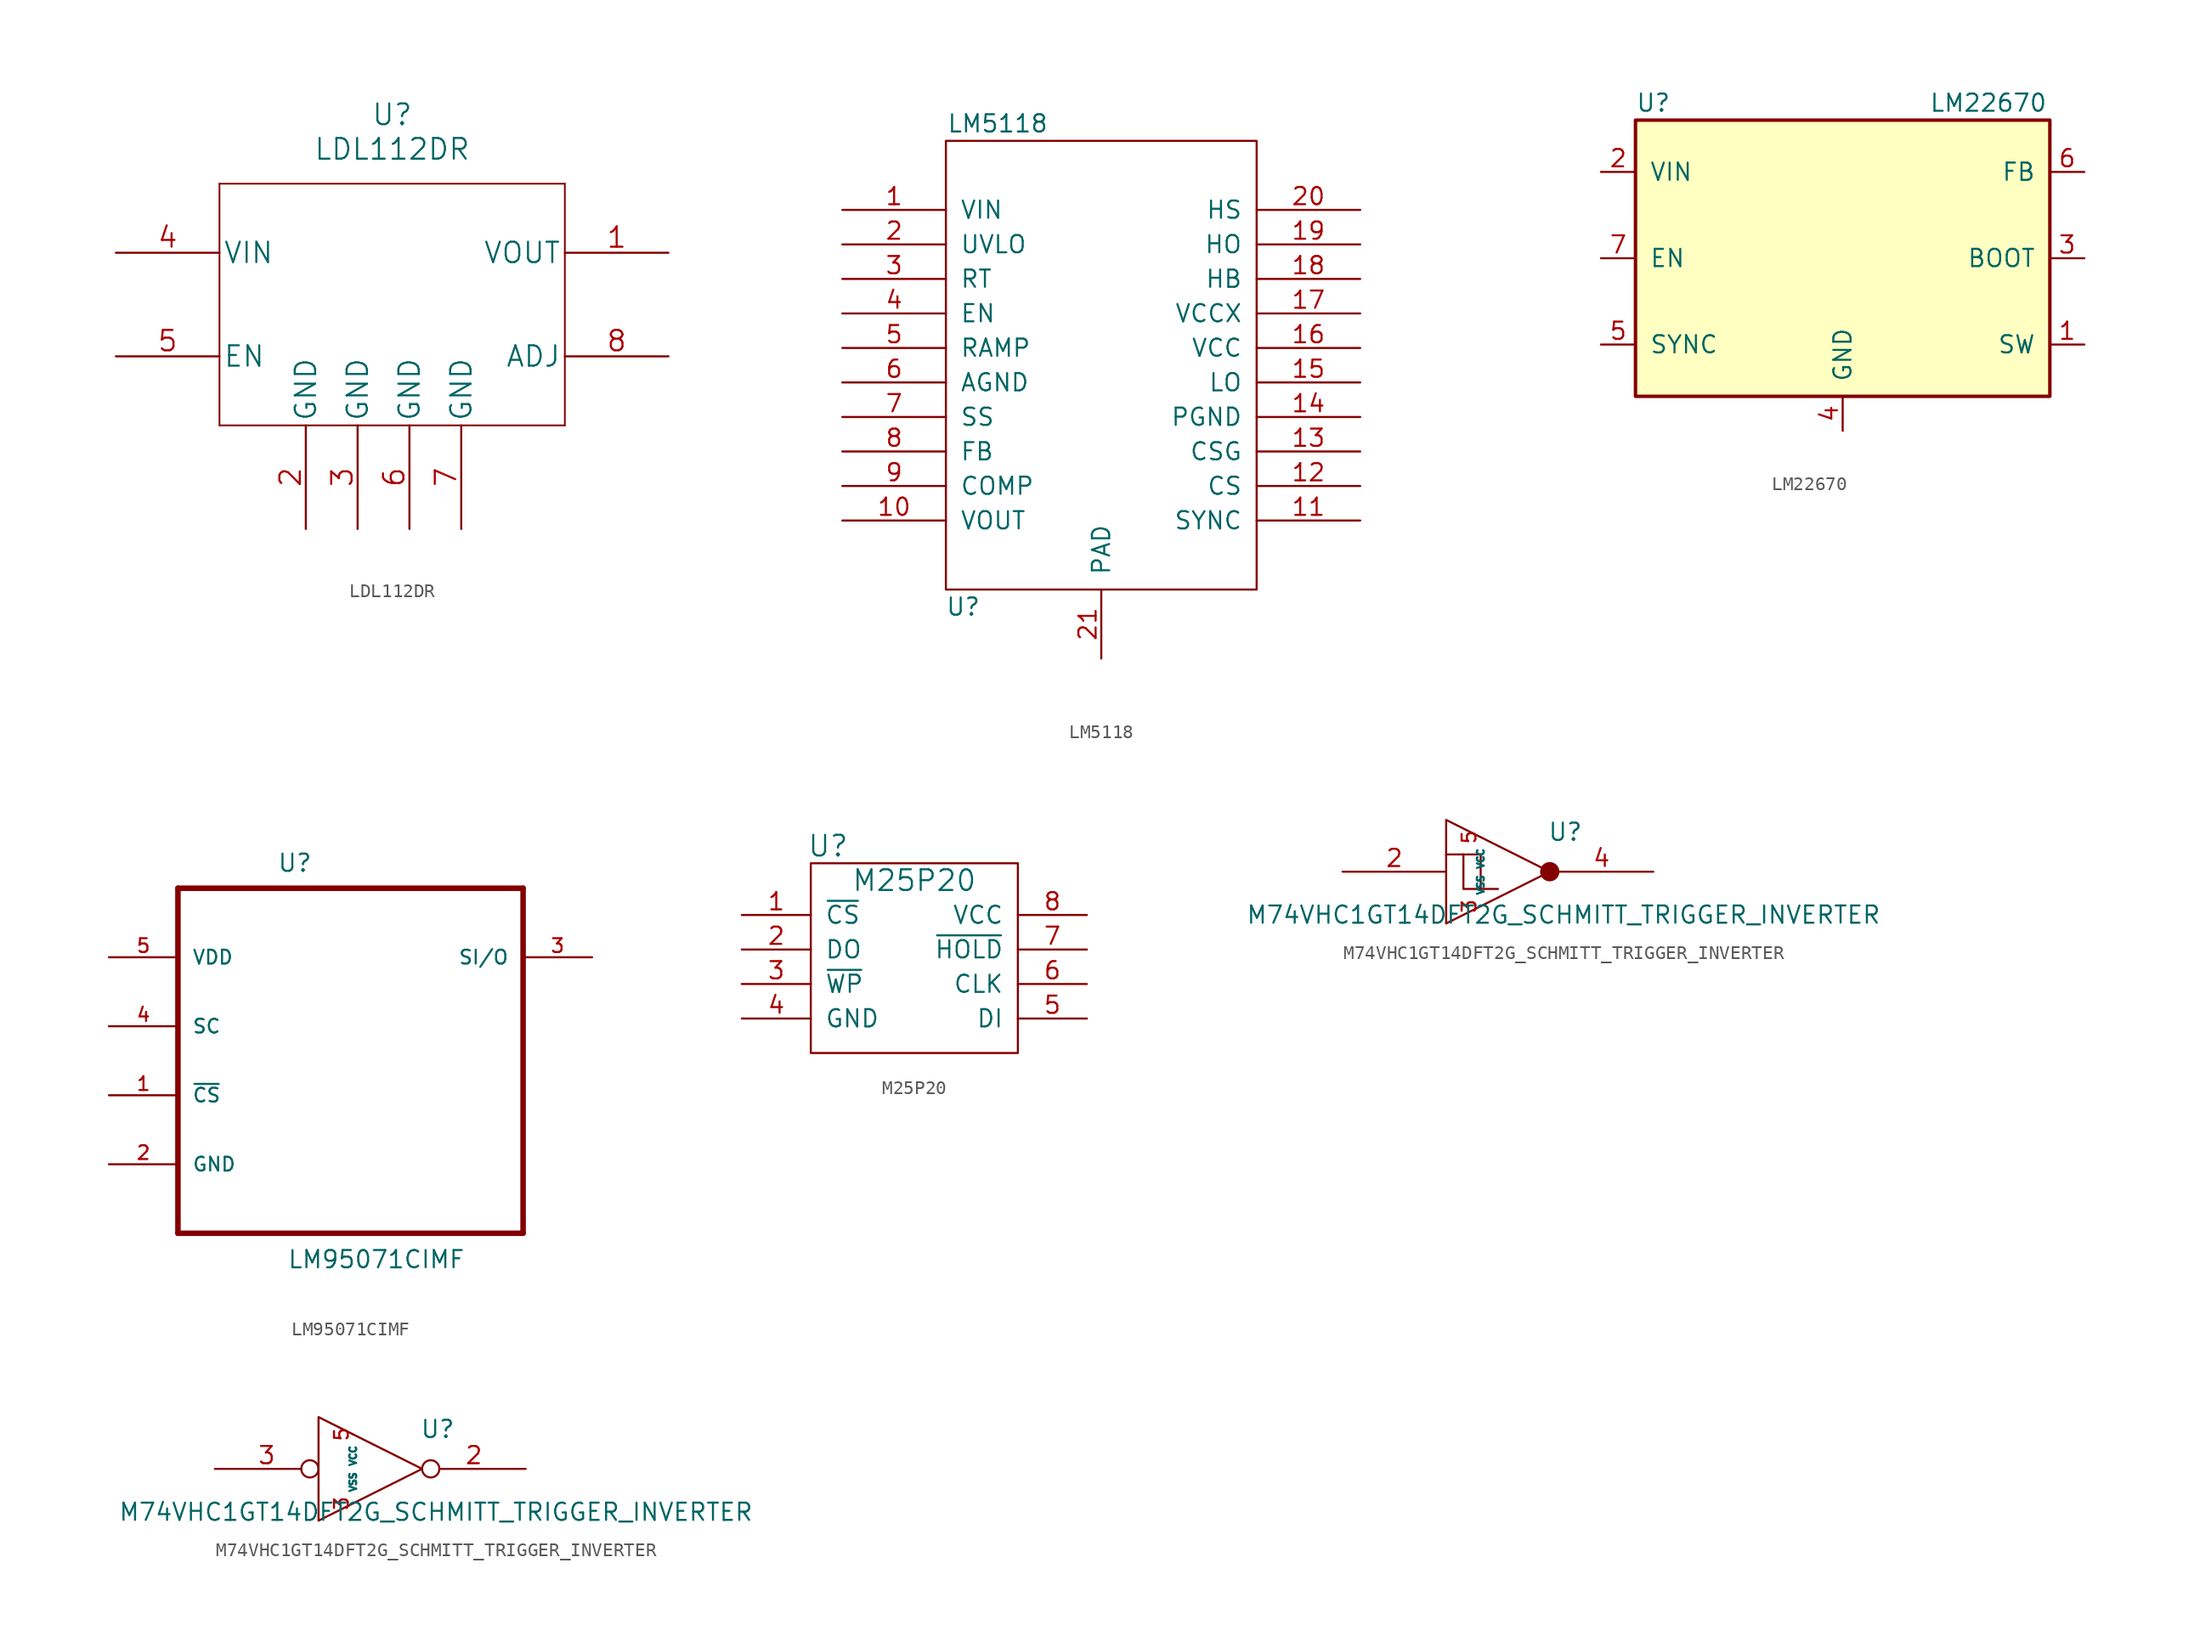
<source format=kicad_sym>
(kicad_symbol_lib
  (version 20211014)
  (generator kicad_symbol_editor)
  (symbol "LDL112DR"
    (pin_names
      (offset 0.254))
    (property "Reference" "U"
      (at 20.32 10.16 0)
      (effects (font (size 1.524 1.524))))
    (property "Value" "LDL112DR"
      (at 20.32 7.62 0)
      (effects (font (size 1.524 1.524))))
    (property "Datasheet" ""
      (at 0 0 0)
      (effects (font (size 1.524 1.524))))
    (property "ki_locked" ""
      (at 0 0 0)
      (effects (font (size 1.27 1.27))))
    (symbol "LDL112DR_1_1"
      (polyline (pts (xy 7.62 -12.7) (xy 33.02 -12.7)) (stroke (width 0.127) (type default) (color 0 0 0 0)) (fill (type none)))
      (polyline (pts (xy 7.62 5.08) (xy 7.62 -12.7)) (stroke (width 0.127) (type default) (color 0 0 0 0)) (fill (type none)))
      (polyline (pts (xy 33.02 -12.7) (xy 33.02 5.08)) (stroke (width 0.127) (type default) (color 0 0 0 0)) (fill (type none)))
      (polyline (pts (xy 33.02 5.08) (xy 7.62 5.08)) (stroke (width 0.127) (type default) (color 0 0 0 0)) (fill (type none)))
      (pin power_out line (at 40.64 0 180) (length 7.62) (name "VOUT" (effects (font (size 1.499 1.499)))) (number "1" (effects (font (size 1.499 1.499)))))
      (pin power_in line (at 13.97 -20.32 90) (length 7.62) (name "GND" (effects (font (size 1.499 1.499)))) (number "2" (effects (font (size 1.499 1.499)))))
      (pin power_in line (at 17.78 -20.32 90) (length 7.62) (name "GND" (effects (font (size 1.499 1.499)))) (number "3" (effects (font (size 1.499 1.499)))))
      (pin power_in line (at 0 0 0) (length 7.62) (name "VIN" (effects (font (size 1.499 1.499)))) (number "4" (effects (font (size 1.499 1.499)))))
      (pin power_in line (at 0 -7.62 0) (length 7.62) (name "EN" (effects (font (size 1.499 1.499)))) (number "5" (effects (font (size 1.499 1.499)))))
      (pin power_in line (at 21.59 -20.32 90) (length 7.62) (name "GND" (effects (font (size 1.499 1.499)))) (number "6" (effects (font (size 1.499 1.499)))))
      (pin power_in line (at 25.4 -20.32 90) (length 7.62) (name "GND" (effects (font (size 1.499 1.499)))) (number "7" (effects (font (size 1.499 1.499)))))
      (pin tri_state line (at 40.64 -7.62 180) (length 7.62) (name "ADJ" (effects (font (size 1.499 1.499)))) (number "8" (effects (font (size 1.499 1.499)))))))
  (symbol "LM5118"
    (pin_names
      (offset 1.016))
    (property "Reference" "U"
      (at -10.16 -17.78 0)
      (effects (font (size 1.27 1.27))))
    (property "Value" "LM5118"
      (at -7.62 17.78 0)
      (effects (font (size 1.27 1.27))))
    (symbol "LM5118_1_0"
      (rectangle (start -11.43 -16.51) (end 11.43 16.51) (stroke (width 0) (type default) (color 0 0 0 0)) (fill (type none))))
    (symbol "LM5118_1_1"
      (pin input line (at -19.05 11.43 0) (length 7.62) (name "VIN" (effects (font (size 1.27 1.27)))) (number "1" (effects (font (size 1.27 1.27)))))
      (pin output line (at -19.05 -11.43 0) (length 7.62) (name "VOUT" (effects (font (size 1.27 1.27)))) (number "10" (effects (font (size 1.27 1.27)))))
      (pin input line (at 19.05 -11.43 180) (length 7.62) (name "SYNC" (effects (font (size 1.27 1.27)))) (number "11" (effects (font (size 1.27 1.27)))))
      (pin input line (at 19.05 -8.89 180) (length 7.62) (name "CS" (effects (font (size 1.27 1.27)))) (number "12" (effects (font (size 1.27 1.27)))))
      (pin input line (at 19.05 -6.35 180) (length 7.62) (name "CSG" (effects (font (size 1.27 1.27)))) (number "13" (effects (font (size 1.27 1.27)))))
      (pin power_in line (at 19.05 -3.81 180) (length 7.62) (name "PGND" (effects (font (size 1.27 1.27)))) (number "14" (effects (font (size 1.27 1.27)))))
      (pin output line (at 19.05 -1.27 180) (length 7.62) (name "LO" (effects (font (size 1.27 1.27)))) (number "15" (effects (font (size 1.27 1.27)))))
      (pin input line (at 19.05 1.27 180) (length 7.62) (name "VCC" (effects (font (size 1.27 1.27)))) (number "16" (effects (font (size 1.27 1.27)))))
      (pin input line (at 19.05 3.81 180) (length 7.62) (name "VCCX" (effects (font (size 1.27 1.27)))) (number "17" (effects (font (size 1.27 1.27)))))
      (pin input line (at 19.05 6.35 180) (length 7.62) (name "HB" (effects (font (size 1.27 1.27)))) (number "18" (effects (font (size 1.27 1.27)))))
      (pin output line (at 19.05 8.89 180) (length 7.62) (name "HO" (effects (font (size 1.27 1.27)))) (number "19" (effects (font (size 1.27 1.27)))))
      (pin input line (at -19.05 8.89 0) (length 7.62) (name "UVLO" (effects (font (size 1.27 1.27)))) (number "2" (effects (font (size 1.27 1.27)))))
      (pin output line (at 19.05 11.43 180) (length 7.62) (name "HS" (effects (font (size 1.27 1.27)))) (number "20" (effects (font (size 1.27 1.27)))))
      (pin input line (at 0 -21.59 90) (length 5.08) (name "PAD" (effects (font (size 1.27 1.27)))) (number "21" (effects (font (size 1.27 1.27)))))
      (pin input line (at -19.05 6.35 0) (length 7.62) (name "RT" (effects (font (size 1.27 1.27)))) (number "3" (effects (font (size 1.27 1.27)))))
      (pin input line (at -19.05 3.81 0) (length 7.62) (name "EN" (effects (font (size 1.27 1.27)))) (number "4" (effects (font (size 1.27 1.27)))))
      (pin input line (at -19.05 1.27 0) (length 7.62) (name "RAMP" (effects (font (size 1.27 1.27)))) (number "5" (effects (font (size 1.27 1.27)))))
      (pin input line (at -19.05 -1.27 0) (length 7.62) (name "AGND" (effects (font (size 1.27 1.27)))) (number "6" (effects (font (size 1.27 1.27)))))
      (pin input line (at -19.05 -3.81 0) (length 7.62) (name "SS" (effects (font (size 1.27 1.27)))) (number "7" (effects (font (size 1.27 1.27)))))
      (pin input line (at -19.05 -6.35 0) (length 7.62) (name "FB" (effects (font (size 1.27 1.27)))) (number "8" (effects (font (size 1.27 1.27)))))
      (pin input line (at -19.05 -8.89 0) (length 7.62) (name "COMP" (effects (font (size 1.27 1.27)))) (number "9" (effects (font (size 1.27 1.27)))))))
  (symbol "LM22670"
    (pin_names
      (offset 1.016))
    (property "Reference" "U"
      (at -15.24 11.43 0)
      (effects (font (size 1.27 1.27)) (justify left)))
    (property "Value" "LM22670"
      (at 6.35 11.43 0)
      (effects (font (size 1.27 1.27)) (justify left)))
    (property "Footprint" ""
      (at -1.27 -1.27 0)
      (effects (font (size 1.27 1.27))))
    (property "Datasheet" ""
      (at -22.86 10.16 0)
      (effects (font (size 1.27 1.27))))
    (symbol "LM22670_0_1"
      (rectangle (start 15.24 10.16) (end -15.24 -10.16) (stroke (width 0.254) (type default) (color 0 0 0 0)) (fill (type background))))
    (symbol "LM22670_1_1"
      (pin input line (at 17.78 -6.35 180) (length 2.54) (name "SW" (effects (font (size 1.27 1.27)))) (number "1" (effects (font (size 1.27 1.27)))))
      (pin input line (at -17.78 6.35 0) (length 2.54) (name "VIN" (effects (font (size 1.27 1.27)))) (number "2" (effects (font (size 1.27 1.27)))))
      (pin output line (at 17.78 0 180) (length 2.54) (name "BOOT" (effects (font (size 1.27 1.27)))) (number "3" (effects (font (size 1.27 1.27)))))
      (pin power_in line (at 0 -12.7 90) (length 2.54) (name "GND" (effects (font (size 1.27 1.27)))) (number "4" (effects (font (size 1.27 1.27)))))
      (pin input line (at -17.78 -6.35 0) (length 2.54) (name "SYNC" (effects (font (size 1.27 1.27)))) (number "5" (effects (font (size 1.27 1.27)))))
      (pin input line (at 17.78 6.35 180) (length 2.54) (name "FB" (effects (font (size 1.27 1.27)))) (number "6" (effects (font (size 1.27 1.27)))))
      (pin input line (at -17.78 0 0) (length 2.54) (name "EN" (effects (font (size 1.27 1.27)))) (number "7" (effects (font (size 1.27 1.27)))))))
  (symbol "LM95071CIMF"
    (pin_names
      (offset 1.016))
    (property "Reference" "U"
      (at -5.41 11.278 0)
      (effects (font (size 1.27 1.27)) (justify left bottom)))
    (property "Value" "LM95071CIMF"
      (at -4.674 -17.907 0)
      (effects (font (size 1.27 1.27)) (justify left bottom)))
    (symbol "LM95071CIMF_0_0"
      (polyline (pts (xy -12.7 -15.24) (xy 12.7 -15.24)) (stroke (width 0.406) (type default) (color 0 0 0 0)) (fill (type none)))
      (polyline (pts (xy -12.7 10.16) (xy -12.7 -15.24)) (stroke (width 0.406) (type default) (color 0 0 0 0)) (fill (type none)))
      (polyline (pts (xy 12.7 -15.24) (xy 12.7 10.16)) (stroke (width 0.406) (type default) (color 0 0 0 0)) (fill (type none)))
      (polyline (pts (xy 12.7 10.16) (xy -12.7 10.16)) (stroke (width 0.406) (type default) (color 0 0 0 0)) (fill (type none)))
      (pin input line (at -17.78 -5.08 0) (length 5.08) (name "~{CS}" (effects (font (size 1.016 1.016)))) (number "1" (effects (font (size 1.016 1.016)))))
      (pin passive line (at -17.78 -10.16 0) (length 5.08) (name "GND" (effects (font (size 1.016 1.016)))) (number "2" (effects (font (size 1.016 1.016)))))
      (pin bidirectional line (at 17.78 5.08 180) (length 5.08) (name "SI/O" (effects (font (size 1.016 1.016)))) (number "3" (effects (font (size 1.016 1.016)))))
      (pin input line (at -17.78 0 0) (length 5.08) (name "SC" (effects (font (size 1.016 1.016)))) (number "4" (effects (font (size 1.016 1.016)))))
      (pin input line (at -17.78 5.08 0) (length 5.08) (name "VDD" (effects (font (size 1.016 1.016)))) (number "5" (effects (font (size 1.016 1.016)))))))
  (symbol "M25P20"
    (pin_names
      (offset 1.016))
    (property "Reference" "U"
      (at -6.35 1.27 0)
      (effects (font (size 1.524 1.524))))
    (property "Value" "M25P20"
      (at 0 -1.27 0)
      (effects (font (size 1.524 1.524))))
    (symbol "M25P20_0_1"
      (rectangle (start -7.62 0) (end 7.62 -13.97) (stroke (width 0) (type default) (color 0 0 0 0)) (fill (type none))))
    (symbol "M25P20_1_1"
      (pin input line (at -12.7 -3.81 0) (length 5.08) (name "~{CS}" (effects (font (size 1.27 1.27)))) (number "1" (effects (font (size 1.27 1.27)))))
      (pin input line (at -12.7 -6.35 0) (length 5.08) (name "DO" (effects (font (size 1.27 1.27)))) (number "2" (effects (font (size 1.27 1.27)))))
      (pin input line (at -12.7 -8.89 0) (length 5.08) (name "~{WP}" (effects (font (size 1.27 1.27)))) (number "3" (effects (font (size 1.27 1.27)))))
      (pin input line (at -12.7 -11.43 0) (length 5.08) (name "GND" (effects (font (size 1.27 1.27)))) (number "4" (effects (font (size 1.27 1.27)))))
      (pin input line (at 12.7 -11.43 180) (length 5.08) (name "DI" (effects (font (size 1.27 1.27)))) (number "5" (effects (font (size 1.27 1.27)))))
      (pin input line (at 12.7 -8.89 180) (length 5.08) (name "CLK" (effects (font (size 1.27 1.27)))) (number "6" (effects (font (size 1.27 1.27)))))
      (pin input line (at 12.7 -6.35 180) (length 5.08) (name "~{HOLD}" (effects (font (size 1.27 1.27)))) (number "7" (effects (font (size 1.27 1.27)))))
      (pin input line (at 12.7 -3.81 180) (length 5.08) (name "VCC" (effects (font (size 1.27 1.27)))) (number "8" (effects (font (size 1.27 1.27)))))))
  (symbol "M74VHC1GT14DFT2G_SCHMITT_TRIGGER_INVERTER"
    (pin_names
      (offset 0.762))
    (property "Reference" "U"
      (at 4.953 2.921 0)
      (effects (font (size 1.27 1.27))))
    (property "Value" "M74VHC1GT14DFT2G_SCHMITT_TRIGGER_INVERTER"
      (at 4.826 -3.175 0)
      (effects (font (size 1.27 1.27))))
    (symbol "M74VHC1GT14DFT2G_SCHMITT_TRIGGER_INVERTER_0_0"
      (polyline (pts (xy -3.81 3.81) (xy -3.81 -3.81) (xy 3.81 0) (xy -3.81 3.81)) (stroke (width 0) (type default) (color 0 0 0 0)) (fill (type none)))
      (pin power_in line (at -1.27 -2.54 90) (length 0) (name "VSS" (effects (font (size 0.508 0.508)))) (number "3" (effects (font (size 1.016 1.016)))))
      (pin power_in line (at -1.27 2.54 270) (length 0) (name "VCC" (effects (font (size 0.508 0.508)))) (number "5" (effects (font (size 1.016 1.016))))))
    (symbol "M74VHC1GT14DFT2G_SCHMITT_TRIGGER_INVERTER_0_1"
      (polyline (pts (xy -2.54 1.27) (xy -1.27 1.27) (xy -1.27 -1.27) (xy 0 -1.27)) (stroke (width 0) (type default) (color 0 0 0 0)) (fill (type none)))
      (polyline (pts (xy -1.27 -1.27) (xy -2.54 -1.27) (xy -2.54 1.27) (xy -3.81 1.27)) (stroke (width 0) (type default) (color 0 0 0 0)) (fill (type none)))
      (circle (center 3.81 0) (radius 0.635) (stroke (width 0) (type default) (color 0 0 0 0)) (fill (type outline))))
    (symbol "M74VHC1GT14DFT2G_SCHMITT_TRIGGER_INVERTER_1_1"
      (pin input line (at -11.43 0 0) (length 7.62) (name "~" (effects (font (size 1.27 1.27)))) (number "2" (effects (font (size 1.27 1.27)))))
      (pin output line (at 11.43 0 180) (length 7.62) (name "~" (effects (font (size 1.27 1.27)))) (number "4" (effects (font (size 1.27 1.27))))))
    (symbol "M74VHC1GT14DFT2G_SCHMITT_TRIGGER_INVERTER_1_2"
      (pin output inverted (at 11.43 0 180) (length 7.62) (name "~" (effects (font (size 1.27 1.27)))) (number "2" (effects (font (size 1.27 1.27)))))
      (pin input inverted (at -11.43 0 0) (length 7.62) (name "~" (effects (font (size 1.27 1.27)))) (number "3" (effects (font (size 1.27 1.27))))))))
</source>
